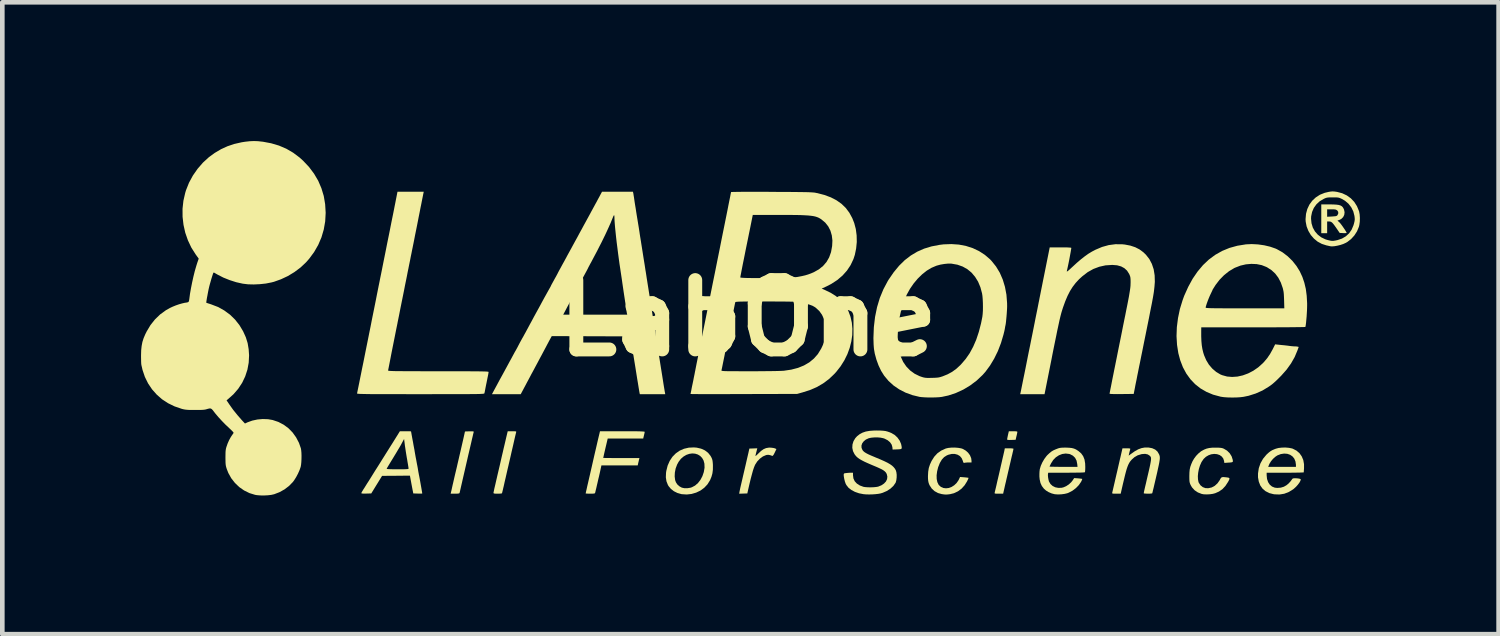
<source format=kicad_pcb>
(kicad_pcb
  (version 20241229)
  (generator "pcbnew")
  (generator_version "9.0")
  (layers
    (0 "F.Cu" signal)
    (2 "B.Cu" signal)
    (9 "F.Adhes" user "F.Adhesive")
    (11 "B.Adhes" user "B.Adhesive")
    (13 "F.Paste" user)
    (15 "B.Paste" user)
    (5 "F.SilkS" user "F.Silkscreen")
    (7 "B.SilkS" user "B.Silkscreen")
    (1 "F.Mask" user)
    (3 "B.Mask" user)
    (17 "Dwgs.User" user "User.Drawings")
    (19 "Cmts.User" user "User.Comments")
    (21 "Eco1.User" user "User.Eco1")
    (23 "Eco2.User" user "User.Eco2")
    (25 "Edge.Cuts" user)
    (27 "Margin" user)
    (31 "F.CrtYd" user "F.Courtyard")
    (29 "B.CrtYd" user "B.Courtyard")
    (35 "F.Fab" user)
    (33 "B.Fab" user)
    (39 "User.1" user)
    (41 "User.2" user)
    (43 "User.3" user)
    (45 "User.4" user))
  (footprint "LabOne"
    (layer "F.Cu")
    (at 13.127 3.828)
    (property "Reference" "LabOne" (at 0 0 0) (layer "F.SilkS") (effects (font (size 1.5 1.5) (thickness 0.3))))
    (attr board_only exclude_from_pos_files exclude_from_bom)
    (fp_poly (pts (xy 5.778 2.448) (xy 5.808 2.451) (xy 5.821 2.457) (xy 5.822 2.46) (xy 5.82 2.476) (xy 5.814 2.507) (xy 5.805 2.546) (xy 5.803 2.553) (xy 5.785 2.632) (xy 5.693 2.635) (xy 5.646 2.636) (xy 5.617 2.634) (xy 5.603 2.629) (xy 5.601 2.624) (xy 5.603 2.608) (xy 5.609 2.577) (xy 5.617 2.538) (xy 5.619 2.529) (xy 5.638 2.447) (xy 5.73 2.447)) (stroke (width 0) (type solid)) (fill yes) (layer "F.SilkS"))
    (fp_poly (pts (xy 5.686 2.817) (xy 5.718 2.82) (xy 5.736 2.824) (xy 5.738 2.826) (xy 5.736 2.84) (xy 5.73 2.869) (xy 5.72 2.911) (xy 5.709 2.961) (xy 5.707 2.966) (xy 5.693 3.025) (xy 5.677 3.096) (xy 5.659 3.173) (xy 5.642 3.246) (xy 5.638 3.265) (xy 5.621 3.335) (xy 5.604 3.41) (xy 5.587 3.482) (xy 5.573 3.545) (xy 5.569 3.56) (xy 5.556 3.615) (xy 5.544 3.669) (xy 5.534 3.714) (xy 5.527 3.742) (xy 5.515 3.797) (xy 5.421 3.797) (xy 5.376 3.797) (xy 5.349 3.796) (xy 5.335 3.792) (xy 5.33 3.786) (xy 5.332 3.775) (xy 5.332 3.774) (xy 5.342 3.73) (xy 5.356 3.673) (xy 5.372 3.604) (xy 5.389 3.527) (xy 5.409 3.443) (xy 5.429 3.357) (xy 5.449 3.27) (xy 5.468 3.185) (xy 5.487 3.104) (xy 5.503 3.032) (xy 5.518 2.969) (xy 5.529 2.92) (xy 5.537 2.886) (xy 5.54 2.872) (xy 5.551 2.816) (xy 5.645 2.816)) (stroke (width 0) (type solid)) (fill yes) (layer "F.SilkS"))
    (fp_poly (pts (xy -5.949 2.45) (xy -5.935 2.454) (xy -5.933 2.46) (xy -5.936 2.473) (xy -5.944 2.504) (xy -5.955 2.552) (xy -5.97 2.615) (xy -5.987 2.69) (xy -6.007 2.776) (xy -6.029 2.87) (xy -6.053 2.971) (xy -6.077 3.077) (xy -6.102 3.185) (xy -6.127 3.294) (xy -6.152 3.402) (xy -6.176 3.506) (xy -6.188 3.56) (xy -6.203 3.624) (xy -6.216 3.682) (xy -6.227 3.73) (xy -6.235 3.765) (xy -6.24 3.783) (xy -6.24 3.784) (xy -6.25 3.791) (xy -6.277 3.796) (xy -6.323 3.797) (xy -6.338 3.797) (xy -6.432 3.797) (xy -6.423 3.758) (xy -6.415 3.727) (xy -6.406 3.685) (xy -6.397 3.644) (xy -6.388 3.603) (xy -6.374 3.544) (xy -6.358 3.473) (xy -6.339 3.391) (xy -6.318 3.304) (xy -6.297 3.215) (xy -6.287 3.17) (xy -6.28 3.14) (xy -6.269 3.093) (xy -6.255 3.033) (xy -6.239 2.963) (xy -6.221 2.887) (xy -6.203 2.808) (xy -6.185 2.73) (xy -6.168 2.656) (xy -6.153 2.59) (xy -6.141 2.536) (xy -6.132 2.497) (xy -6.131 2.489) (xy -6.122 2.452) (xy -6.025 2.449) (xy -5.978 2.449)) (stroke (width 0) (type solid)) (fill yes) (layer "F.SilkS"))
    (fp_poly (pts (xy -5.058 2.448) (xy -5.031 2.449) (xy -5.017 2.453) (xy -5.014 2.459) (xy -5.015 2.466) (xy -5.019 2.482) (xy -5.027 2.514) (xy -5.038 2.56) (xy -5.051 2.616) (xy -5.063 2.669) (xy -5.076 2.727) (xy -5.093 2.801) (xy -5.113 2.886) (xy -5.134 2.979) (xy -5.156 3.075) (xy -5.178 3.169) (xy -5.184 3.196) (xy -5.205 3.285) (xy -5.225 3.373) (xy -5.244 3.456) (xy -5.262 3.532) (xy -5.276 3.596) (xy -5.287 3.645) (xy -5.291 3.66) (xy -5.302 3.708) (xy -5.312 3.749) (xy -5.319 3.777) (xy -5.323 3.789) (xy -5.335 3.793) (xy -5.363 3.796) (xy -5.402 3.797) (xy -5.417 3.797) (xy -5.462 3.797) (xy -5.489 3.794) (xy -5.503 3.789) (xy -5.506 3.782) (xy -5.504 3.767) (xy -5.497 3.735) (xy -5.488 3.69) (xy -5.475 3.635) (xy -5.463 3.584) (xy -5.451 3.531) (xy -5.435 3.462) (xy -5.416 3.379) (xy -5.394 3.286) (xy -5.371 3.188) (xy -5.348 3.087) (xy -5.326 2.99) (xy -5.304 2.897) (xy -5.284 2.809) (xy -5.264 2.726) (xy -5.247 2.653) (xy -5.233 2.592) (xy -5.222 2.546) (xy -5.215 2.517) (xy -5.214 2.513) (xy -5.198 2.447) (xy -5.103 2.447)) (stroke (width 0) (type solid)) (fill yes) (layer "F.SilkS"))
    (fp_poly (pts (xy 0.513 2.804) (xy 0.552 2.81) (xy 0.578 2.817) (xy 0.612 2.832) (xy 0.575 2.91) (xy 0.554 2.951) (xy 0.536 2.975) (xy 0.525 2.981) (xy 0.525 2.981) (xy 0.476 2.964) (xy 0.439 2.957) (xy 0.405 2.959) (xy 0.388 2.963) (xy 0.32 2.992) (xy 0.256 3.039) (xy 0.199 3.098) (xy 0.154 3.167) (xy 0.145 3.186) (xy 0.126 3.233) (xy 0.105 3.296) (xy 0.083 3.376) (xy 0.057 3.473) (xy 0.029 3.589) (xy -0.002 3.724) (xy -0.01 3.76) (xy -0.017 3.792) (xy -0.105 3.795) (xy -0.193 3.798) (xy -0.186 3.753) (xy -0.179 3.72) (xy -0.17 3.676) (xy -0.159 3.629) (xy -0.158 3.623) (xy -0.151 3.594) (xy -0.14 3.547) (xy -0.126 3.487) (xy -0.11 3.417) (xy -0.092 3.34) (xy -0.073 3.259) (xy -0.054 3.177) (xy -0.036 3.098) (xy -0.019 3.024) (xy -0.004 2.96) (xy 0.008 2.908) (xy 0.016 2.871) (xy 0.019 2.859) (xy 0.027 2.822) (xy 0.113 2.819) (xy 0.199 2.816) (xy 0.179 2.892) (xy 0.169 2.931) (xy 0.162 2.963) (xy 0.158 2.981) (xy 0.158 2.982) (xy 0.165 2.98) (xy 0.183 2.966) (xy 0.208 2.942) (xy 0.222 2.928) (xy 0.28 2.873) (xy 0.334 2.835) (xy 0.387 2.812) (xy 0.444 2.802) (xy 0.469 2.801)) (stroke (width 0) (type solid)) (fill yes) (layer "F.SilkS"))
    (fp_poly (pts (xy 12.566 -2.458) (xy 12.652 -2.457) (xy 12.72 -2.453) (xy 12.772 -2.446) (xy 12.811 -2.434) (xy 12.84 -2.417) (xy 12.862 -2.393) (xy 12.879 -2.362) (xy 12.886 -2.346) (xy 12.898 -2.288) (xy 12.891 -2.232) (xy 12.867 -2.183) (xy 12.827 -2.144) (xy 12.791 -2.125) (xy 12.744 -2.108) (xy 12.786 -2.07) (xy 12.804 -2.051) (xy 12.828 -2.02) (xy 12.855 -1.983) (xy 12.883 -1.942) (xy 12.909 -1.903) (xy 12.929 -1.87) (xy 12.941 -1.847) (xy 12.943 -1.84) (xy 12.933 -1.838) (xy 12.908 -1.837) (xy 12.872 -1.837) (xy 12.867 -1.838) (xy 12.792 -1.841) (xy 12.72 -1.946) (xy 12.682 -2) (xy 12.653 -2.038) (xy 12.629 -2.064) (xy 12.608 -2.079) (xy 12.587 -2.087) (xy 12.563 -2.089) (xy 12.562 -2.089) (xy 12.521 -2.089) (xy 12.521 -1.962) (xy 12.521 -1.835) (xy 12.457 -1.835) (xy 12.394 -1.835) (xy 12.394 -2.147) (xy 12.394 -2.352) (xy 12.521 -2.352) (xy 12.521 -2.272) (xy 12.521 -2.191) (xy 12.623 -2.196) (xy 12.671 -2.2) (xy 12.704 -2.203) (xy 12.724 -2.209) (xy 12.737 -2.218) (xy 12.744 -2.225) (xy 12.761 -2.261) (xy 12.76 -2.296) (xy 12.74 -2.327) (xy 12.735 -2.33) (xy 12.718 -2.341) (xy 12.697 -2.348) (xy 12.666 -2.351) (xy 12.62 -2.352) (xy 12.614 -2.352) (xy 12.521 -2.352) (xy 12.394 -2.352) (xy 12.394 -2.458)) (stroke (width 0) (type solid)) (fill yes) (layer "F.SilkS"))
    (fp_poly (pts (xy -1.111 2.802) (xy -1.016 2.824) (xy -0.934 2.861) (xy -0.866 2.913) (xy -0.813 2.979) (xy -0.792 3.017) (xy -0.779 3.047) (xy -0.771 3.077) (xy -0.766 3.112) (xy -0.762 3.158) (xy -0.761 3.191) (xy -0.762 3.281) (xy -0.772 3.359) (xy -0.792 3.431) (xy -0.823 3.506) (xy -0.826 3.511) (xy -0.88 3.597) (xy -0.949 3.67) (xy -1.031 3.73) (xy -1.123 3.774) (xy -1.222 3.803) (xy -1.327 3.815) (xy -1.434 3.808) (xy -1.445 3.806) (xy -1.529 3.782) (xy -1.605 3.744) (xy -1.67 3.693) (xy -1.721 3.632) (xy -1.736 3.605) (xy -1.766 3.528) (xy -1.779 3.442) (xy -1.778 3.425) (xy -1.588 3.425) (xy -1.578 3.503) (xy -1.562 3.549) (xy -1.532 3.596) (xy -1.487 3.637) (xy -1.435 3.666) (xy -1.432 3.667) (xy -1.377 3.679) (xy -1.313 3.679) (xy -1.249 3.669) (xy -1.217 3.659) (xy -1.147 3.622) (xy -1.084 3.567) (xy -1.031 3.499) (xy -0.988 3.418) (xy -0.958 3.33) (xy -0.942 3.236) (xy -0.942 3.228) (xy -0.945 3.148) (xy -0.963 3.08) (xy -0.995 3.024) (xy -1.037 2.981) (xy -1.088 2.95) (xy -1.146 2.932) (xy -1.208 2.927) (xy -1.271 2.936) (xy -1.335 2.958) (xy -1.396 2.994) (xy -1.453 3.043) (xy -1.502 3.107) (xy -1.535 3.167) (xy -1.567 3.253) (xy -1.584 3.341) (xy -1.588 3.425) (xy -1.778 3.425) (xy -1.775 3.347) (xy -1.769 3.305) (xy -1.74 3.19) (xy -1.695 3.088) (xy -1.636 2.999) (xy -1.563 2.925) (xy -1.48 2.867) (xy -1.386 2.826) (xy -1.283 2.802) (xy -1.172 2.797)) (stroke (width 0) (type solid)) (fill yes) (layer "F.SilkS"))
    (fp_poly (pts (xy -2.601 2.447) (xy -2.503 2.448) (xy -2.422 2.448) (xy -2.358 2.449) (xy -2.31 2.451) (xy -2.274 2.453) (xy -2.252 2.455) (xy -2.239 2.458) (xy -2.236 2.46) (xy -2.239 2.479) (xy -2.245 2.507) (xy -2.246 2.51) (xy -2.254 2.545) (xy -2.262 2.576) (xy -2.262 2.576) (xy -2.268 2.605) (xy -2.652 2.605) (xy -3.036 2.605) (xy -3.053 2.677) (xy -3.066 2.732) (xy -3.08 2.791) (xy -3.094 2.851) (xy -3.107 2.907) (xy -3.118 2.955) (xy -3.126 2.993) (xy -3.132 3.017) (xy -3.133 3.023) (xy -3.123 3.024) (xy -3.094 3.025) (xy -3.048 3.026) (xy -2.989 3.026) (xy -2.917 3.027) (xy -2.837 3.027) (xy -2.748 3.027) (xy -2.741 3.027) (xy -2.35 3.027) (xy -2.356 3.051) (xy -2.362 3.075) (xy -2.37 3.11) (xy -2.375 3.13) (xy -2.387 3.186) (xy -2.78 3.186) (xy -3.172 3.186) (xy -3.183 3.236) (xy -3.189 3.264) (xy -3.198 3.306) (xy -3.21 3.36) (xy -3.224 3.421) (xy -3.24 3.487) (xy -3.255 3.554) (xy -3.27 3.618) (xy -3.283 3.676) (xy -3.295 3.724) (xy -3.303 3.759) (xy -3.308 3.778) (xy -3.308 3.779) (xy -3.313 3.788) (xy -3.326 3.793) (xy -3.349 3.796) (xy -3.387 3.797) (xy -3.413 3.797) (xy -3.456 3.797) (xy -3.49 3.795) (xy -3.509 3.793) (xy -3.513 3.792) (xy -3.51 3.78) (xy -3.504 3.75) (xy -3.493 3.704) (xy -3.48 3.643) (xy -3.463 3.571) (xy -3.444 3.488) (xy -3.423 3.397) (xy -3.401 3.301) (xy -3.378 3.201) (xy -3.355 3.099) (xy -3.332 2.998) (xy -3.309 2.899) (xy -3.287 2.805) (xy -3.267 2.718) (xy -3.249 2.64) (xy -3.233 2.573) (xy -3.22 2.519) (xy -3.216 2.503) (xy -3.203 2.447) (xy -2.72 2.447)) (stroke (width 0) (type solid)) (fill yes) (layer "F.SilkS"))
    (fp_poly (pts (xy 4.543 2.806) (xy 4.606 2.817) (xy 4.635 2.826) (xy 4.701 2.862) (xy 4.756 2.91) (xy 4.798 2.967) (xy 4.824 3.031) (xy 4.831 3.087) (xy 4.831 3.122) (xy 4.774 3.122) (xy 4.735 3.123) (xy 4.7 3.126) (xy 4.686 3.129) (xy 4.667 3.131) (xy 4.656 3.125) (xy 4.648 3.106) (xy 4.643 3.087) (xy 4.618 3.029) (xy 4.58 2.984) (xy 4.529 2.954) (xy 4.469 2.938) (xy 4.403 2.938) (xy 4.332 2.955) (xy 4.296 2.97) (xy 4.238 3.007) (xy 4.19 3.059) (xy 4.149 3.128) (xy 4.144 3.138) (xy 4.109 3.226) (xy 4.087 3.315) (xy 4.076 3.4) (xy 4.078 3.479) (xy 4.092 3.547) (xy 4.119 3.603) (xy 4.125 3.611) (xy 4.169 3.651) (xy 4.221 3.674) (xy 4.279 3.681) (xy 4.339 3.674) (xy 4.399 3.652) (xy 4.456 3.616) (xy 4.507 3.568) (xy 4.548 3.509) (xy 4.558 3.49) (xy 4.583 3.436) (xy 4.672 3.443) (xy 4.714 3.447) (xy 4.746 3.451) (xy 4.764 3.454) (xy 4.766 3.455) (xy 4.764 3.465) (xy 4.754 3.49) (xy 4.738 3.523) (xy 4.735 3.53) (xy 4.682 3.615) (xy 4.616 3.688) (xy 4.538 3.746) (xy 4.452 3.787) (xy 4.367 3.808) (xy 4.317 3.814) (xy 4.279 3.816) (xy 4.241 3.814) (xy 4.194 3.807) (xy 4.19 3.807) (xy 4.105 3.783) (xy 4.031 3.742) (xy 3.971 3.687) (xy 3.925 3.617) (xy 3.912 3.588) (xy 3.901 3.554) (xy 3.894 3.518) (xy 3.89 3.475) (xy 3.889 3.418) (xy 3.894 3.324) (xy 3.907 3.242) (xy 3.933 3.164) (xy 3.967 3.09) (xy 4.025 2.998) (xy 4.093 2.924) (xy 4.175 2.866) (xy 4.271 2.822) (xy 4.272 2.821) (xy 4.328 2.808) (xy 4.397 2.801) (xy 4.471 2.8)) (stroke (width 0) (type solid)) (fill yes) (layer "F.SilkS"))
    (fp_poly (pts (xy 10.164 2.802) (xy 10.207 2.805) (xy 10.239 2.809) (xy 10.265 2.816) (xy 10.287 2.825) (xy 10.356 2.866) (xy 10.413 2.922) (xy 10.455 2.989) (xy 10.479 3.063) (xy 10.479 3.067) (xy 10.483 3.09) (xy 10.481 3.105) (xy 10.472 3.114) (xy 10.451 3.12) (xy 10.415 3.124) (xy 10.378 3.126) (xy 10.298 3.132) (xy 10.292 3.09) (xy 10.275 3.037) (xy 10.242 2.994) (xy 10.197 2.962) (xy 10.141 2.943) (xy 10.079 2.937) (xy 10.013 2.946) (xy 9.957 2.966) (xy 9.899 3) (xy 9.851 3.045) (xy 9.809 3.106) (xy 9.799 3.124) (xy 9.77 3.191) (xy 9.747 3.266) (xy 9.732 3.344) (xy 9.725 3.419) (xy 9.728 3.488) (xy 9.739 3.545) (xy 9.745 3.56) (xy 9.782 3.616) (xy 9.83 3.655) (xy 9.889 3.677) (xy 9.95 3.679) (xy 10.024 3.663) (xy 10.091 3.627) (xy 10.15 3.573) (xy 10.2 3.502) (xy 10.206 3.489) (xy 10.22 3.464) (xy 10.234 3.448) (xy 10.253 3.44) (xy 10.281 3.438) (xy 10.322 3.442) (xy 10.356 3.446) (xy 10.388 3.451) (xy 10.405 3.46) (xy 10.409 3.476) (xy 10.4 3.502) (xy 10.378 3.543) (xy 10.378 3.543) (xy 10.321 3.63) (xy 10.257 3.699) (xy 10.182 3.751) (xy 10.101 3.787) (xy 10.048 3.801) (xy 9.984 3.81) (xy 9.917 3.813) (xy 9.855 3.811) (xy 9.81 3.803) (xy 9.725 3.77) (xy 9.655 3.723) (xy 9.598 3.66) (xy 9.568 3.608) (xy 9.557 3.581) (xy 9.549 3.557) (xy 9.544 3.529) (xy 9.542 3.494) (xy 9.541 3.444) (xy 9.541 3.418) (xy 9.543 3.34) (xy 9.549 3.275) (xy 9.562 3.217) (xy 9.583 3.158) (xy 9.611 3.094) (xy 9.644 3.038) (xy 9.687 2.98) (xy 9.737 2.928) (xy 9.786 2.887) (xy 9.804 2.875) (xy 9.861 2.844) (xy 9.914 2.823) (xy 9.969 2.81) (xy 10.032 2.803) (xy 10.105 2.802)) (stroke (width 0) (type solid)) (fill yes) (layer "F.SilkS"))
    (fp_poly (pts (xy 11.696 2.806) (xy 11.761 2.819) (xy 11.78 2.826) (xy 11.858 2.866) (xy 11.922 2.921) (xy 11.971 2.99) (xy 12.005 3.07) (xy 12.021 3.16) (xy 12.021 3.252) (xy 12.018 3.29) (xy 12.016 3.32) (xy 12.015 3.335) (xy 12.015 3.336) (xy 12.004 3.338) (xy 11.975 3.339) (xy 11.93 3.341) (xy 11.87 3.342) (xy 11.798 3.343) (xy 11.717 3.344) (xy 11.628 3.344) (xy 11.614 3.344) (xy 11.213 3.344) (xy 11.213 3.4) (xy 11.221 3.479) (xy 11.244 3.547) (xy 11.28 3.602) (xy 11.329 3.643) (xy 11.388 3.667) (xy 11.442 3.673) (xy 11.519 3.667) (xy 11.585 3.647) (xy 11.641 3.615) (xy 11.686 3.578) (xy 11.73 3.53) (xy 11.766 3.481) (xy 11.77 3.475) (xy 11.784 3.467) (xy 11.811 3.464) (xy 11.847 3.464) (xy 11.885 3.467) (xy 11.918 3.472) (xy 11.942 3.48) (xy 11.951 3.488) (xy 11.943 3.519) (xy 11.921 3.559) (xy 11.888 3.603) (xy 11.848 3.648) (xy 11.803 3.689) (xy 11.786 3.703) (xy 11.693 3.76) (xy 11.595 3.798) (xy 11.492 3.815) (xy 11.383 3.811) (xy 11.357 3.807) (xy 11.265 3.783) (xy 11.187 3.742) (xy 11.123 3.687) (xy 11.075 3.619) (xy 11.043 3.537) (xy 11.026 3.444) (xy 11.026 3.36) (xy 11.043 3.246) (xy 11.053 3.217) (xy 11.246 3.217) (xy 11.546 3.217) (xy 11.846 3.217) (xy 11.846 3.172) (xy 11.836 3.101) (xy 11.811 3.04) (xy 11.771 2.991) (xy 11.72 2.956) (xy 11.659 2.935) (xy 11.591 2.93) (xy 11.518 2.941) (xy 11.444 2.97) (xy 11.398 3.001) (xy 11.35 3.045) (xy 11.307 3.096) (xy 11.275 3.148) (xy 11.268 3.163) (xy 11.246 3.217) (xy 11.053 3.217) (xy 11.08 3.139) (xy 11.135 3.042) (xy 11.207 2.955) (xy 11.224 2.939) (xy 11.264 2.903) (xy 11.298 2.878) (xy 11.333 2.857) (xy 11.377 2.838) (xy 11.41 2.825) (xy 11.47 2.809) (xy 11.543 2.801) (xy 11.62 2.799)) (stroke (width 0) (type solid)) (fill yes) (layer "F.SilkS"))
    (fp_poly (pts (xy 12.675 -2.737) (xy 12.719 -2.731) (xy 12.738 -2.728) (xy 12.847 -2.699) (xy 12.947 -2.652) (xy 13.034 -2.589) (xy 13.108 -2.511) (xy 13.166 -2.419) (xy 13.209 -2.315) (xy 13.212 -2.306) (xy 13.224 -2.241) (xy 13.229 -2.165) (xy 13.227 -2.086) (xy 13.217 -2.013) (xy 13.207 -1.973) (xy 13.167 -1.876) (xy 13.11 -1.787) (xy 13.039 -1.709) (xy 12.958 -1.646) (xy 12.925 -1.627) (xy 12.87 -1.602) (xy 12.807 -1.581) (xy 12.741 -1.565) (xy 12.679 -1.554) (xy 12.624 -1.55) (xy 12.582 -1.554) (xy 12.579 -1.556) (xy 12.563 -1.559) (xy 12.534 -1.566) (xy 12.505 -1.572) (xy 12.406 -1.604) (xy 12.315 -1.653) (xy 12.236 -1.718) (xy 12.168 -1.796) (xy 12.115 -1.885) (xy 12.077 -1.982) (xy 12.057 -2.086) (xy 12.054 -2.141) (xy 12.055 -2.148) (xy 12.173 -2.148) (xy 12.183 -2.049) (xy 12.211 -1.957) (xy 12.257 -1.874) (xy 12.319 -1.803) (xy 12.395 -1.745) (xy 12.483 -1.703) (xy 12.535 -1.687) (xy 12.585 -1.675) (xy 12.624 -1.669) (xy 12.658 -1.67) (xy 12.697 -1.676) (xy 12.744 -1.686) (xy 12.842 -1.719) (xy 12.925 -1.768) (xy 12.995 -1.832) (xy 13.05 -1.911) (xy 13.09 -2.005) (xy 13.102 -2.046) (xy 13.113 -2.093) (xy 13.118 -2.128) (xy 13.117 -2.163) (xy 13.112 -2.204) (xy 13.112 -2.207) (xy 13.087 -2.305) (xy 13.043 -2.394) (xy 12.983 -2.472) (xy 12.908 -2.536) (xy 12.842 -2.575) (xy 12.81 -2.59) (xy 12.784 -2.6) (xy 12.758 -2.606) (xy 12.728 -2.609) (xy 12.686 -2.61) (xy 12.642 -2.61) (xy 12.587 -2.61) (xy 12.547 -2.608) (xy 12.517 -2.604) (xy 12.491 -2.597) (xy 12.463 -2.585) (xy 12.447 -2.577) (xy 12.36 -2.526) (xy 12.289 -2.46) (xy 12.233 -2.382) (xy 12.195 -2.294) (xy 12.175 -2.198) (xy 12.173 -2.148) (xy 12.055 -2.148) (xy 12.064 -2.254) (xy 12.092 -2.358) (xy 12.137 -2.453) (xy 12.199 -2.538) (xy 12.275 -2.609) (xy 12.365 -2.667) (xy 12.467 -2.708) (xy 12.551 -2.728) (xy 12.6 -2.736) (xy 12.638 -2.739)) (stroke (width 0) (type solid)) (fill yes) (layer "F.SilkS"))
    (fp_poly (pts (xy 8.658 2.799) (xy 8.737 2.814) (xy 8.802 2.843) (xy 8.852 2.887) (xy 8.886 2.945) (xy 8.893 2.963) (xy 8.899 2.981) (xy 8.902 3) (xy 8.903 3.022) (xy 8.902 3.05) (xy 8.897 3.085) (xy 8.89 3.129) (xy 8.879 3.184) (xy 8.864 3.252) (xy 8.846 3.336) (xy 8.823 3.436) (xy 8.798 3.543) (xy 8.782 3.611) (xy 8.768 3.672) (xy 8.755 3.723) (xy 8.746 3.762) (xy 8.74 3.784) (xy 8.738 3.789) (xy 8.726 3.793) (xy 8.699 3.796) (xy 8.664 3.797) (xy 8.626 3.797) (xy 8.592 3.795) (xy 8.566 3.793) (xy 8.555 3.788) (xy 8.555 3.788) (xy 8.557 3.776) (xy 8.563 3.745) (xy 8.573 3.7) (xy 8.586 3.643) (xy 8.602 3.577) (xy 8.618 3.506) (xy 8.644 3.394) (xy 8.666 3.3) (xy 8.683 3.224) (xy 8.696 3.162) (xy 8.705 3.113) (xy 8.711 3.075) (xy 8.713 3.046) (xy 8.712 3.025) (xy 8.709 3.009) (xy 8.702 2.996) (xy 8.693 2.985) (xy 8.683 2.975) (xy 8.641 2.948) (xy 8.585 2.936) (xy 8.517 2.941) (xy 8.505 2.943) (xy 8.423 2.968) (xy 8.354 3.008) (xy 8.298 3.058) (xy 8.275 3.084) (xy 8.255 3.109) (xy 8.238 3.138) (xy 8.221 3.171) (xy 8.205 3.21) (xy 8.188 3.259) (xy 8.171 3.318) (xy 8.152 3.391) (xy 8.131 3.478) (xy 8.106 3.582) (xy 8.085 3.673) (xy 8.057 3.797) (xy 7.963 3.797) (xy 7.918 3.797) (xy 7.891 3.796) (xy 7.877 3.792) (xy 7.872 3.786) (xy 7.874 3.775) (xy 7.874 3.774) (xy 7.878 3.757) (xy 7.886 3.723) (xy 7.897 3.675) (xy 7.911 3.615) (xy 7.927 3.546) (xy 7.943 3.476) (xy 7.963 3.389) (xy 7.985 3.296) (xy 8.006 3.203) (xy 8.026 3.116) (xy 8.043 3.041) (xy 8.051 3.009) (xy 8.095 2.816) (xy 8.182 2.816) (xy 8.227 2.817) (xy 8.253 2.82) (xy 8.264 2.825) (xy 8.264 2.83) (xy 8.26 2.846) (xy 8.252 2.877) (xy 8.244 2.909) (xy 8.229 2.975) (xy 8.279 2.938) (xy 8.361 2.88) (xy 8.436 2.838) (xy 8.507 2.812) (xy 8.577 2.799) (xy 8.651 2.799)) (stroke (width 0) (type solid)) (fill yes) (layer "F.SilkS"))
    (fp_poly (pts (xy 6.872 2.801) (xy 6.943 2.804) (xy 6.999 2.81) (xy 7.046 2.822) (xy 7.09 2.841) (xy 7.135 2.87) (xy 7.145 2.877) (xy 7.203 2.927) (xy 7.245 2.986) (xy 7.274 3.058) (xy 7.288 3.143) (xy 7.291 3.22) (xy 7.29 3.265) (xy 7.288 3.302) (xy 7.285 3.327) (xy 7.284 3.333) (xy 7.271 3.336) (xy 7.238 3.339) (xy 7.184 3.341) (xy 7.11 3.342) (xy 7.015 3.343) (xy 6.902 3.344) (xy 6.883 3.344) (xy 6.49 3.344) (xy 6.484 3.373) (xy 6.483 3.405) (xy 6.487 3.448) (xy 6.495 3.493) (xy 6.505 3.532) (xy 6.506 3.534) (xy 6.538 3.588) (xy 6.584 3.63) (xy 6.642 3.659) (xy 6.708 3.672) (xy 6.778 3.67) (xy 6.82 3.66) (xy 6.877 3.635) (xy 6.935 3.597) (xy 6.986 3.55) (xy 7.014 3.515) (xy 7.051 3.46) (xy 7.135 3.466) (xy 7.176 3.47) (xy 7.207 3.474) (xy 7.224 3.477) (xy 7.225 3.478) (xy 7.223 3.489) (xy 7.214 3.512) (xy 7.2 3.541) (xy 7.152 3.611) (xy 7.089 3.676) (xy 7.014 3.733) (xy 6.932 3.776) (xy 6.901 3.788) (xy 6.842 3.802) (xy 6.772 3.811) (xy 6.699 3.814) (xy 6.632 3.809) (xy 6.626 3.808) (xy 6.565 3.792) (xy 6.501 3.765) (xy 6.443 3.73) (xy 6.399 3.692) (xy 6.397 3.69) (xy 6.352 3.631) (xy 6.322 3.566) (xy 6.305 3.49) (xy 6.299 3.427) (xy 6.299 3.374) (xy 6.301 3.321) (xy 6.306 3.277) (xy 6.308 3.266) (xy 6.324 3.212) (xy 6.519 3.212) (xy 6.529 3.213) (xy 6.557 3.214) (xy 6.602 3.215) (xy 6.659 3.216) (xy 6.727 3.217) (xy 6.804 3.217) (xy 6.821 3.217) (xy 7.123 3.217) (xy 7.117 3.156) (xy 7.102 3.082) (xy 7.071 3.022) (xy 7.024 2.976) (xy 6.963 2.944) (xy 6.942 2.938) (xy 6.868 2.929) (xy 6.793 2.939) (xy 6.721 2.967) (xy 6.654 3.011) (xy 6.597 3.069) (xy 6.552 3.14) (xy 6.535 3.174) (xy 6.523 3.199) (xy 6.519 3.211) (xy 6.519 3.212) (xy 6.324 3.212) (xy 6.329 3.195) (xy 6.363 3.119) (xy 6.406 3.046) (xy 6.453 2.983) (xy 6.473 2.961) (xy 6.518 2.919) (xy 6.556 2.888) (xy 6.594 2.864) (xy 6.64 2.843) (xy 6.672 2.83) (xy 6.706 2.817) (xy 6.736 2.809) (xy 6.768 2.804) (xy 6.807 2.802) (xy 6.86 2.801)) (stroke (width 0) (type solid)) (fill yes) (layer "F.SilkS"))
    (fp_poly (pts (xy -7.362 2.447) (xy -7.323 2.448) (xy -7.297 2.449) (xy -7.289 2.45) (xy -7.287 2.46) (xy -7.282 2.488) (xy -7.275 2.528) (xy -7.266 2.578) (xy -7.256 2.632) (xy -7.245 2.689) (xy -7.236 2.742) (xy -7.227 2.79) (xy -7.221 2.822) (xy -7.216 2.846) (xy -7.21 2.885) (xy -7.202 2.931) (xy -7.199 2.948) (xy -7.189 3.005) (xy -7.176 3.071) (xy -7.165 3.132) (xy -7.163 3.143) (xy -7.153 3.193) (xy -7.144 3.241) (xy -7.138 3.28) (xy -7.136 3.291) (xy -7.129 3.332) (xy -7.121 3.374) (xy -7.12 3.382) (xy -7.115 3.404) (xy -7.108 3.441) (xy -7.099 3.488) (xy -7.089 3.543) (xy -7.079 3.6) (xy -7.069 3.656) (xy -7.06 3.708) (xy -7.053 3.75) (xy -7.048 3.78) (xy -7.046 3.792) (xy -7.056 3.795) (xy -7.082 3.796) (xy -7.12 3.796) (xy -7.143 3.795) (xy -7.24 3.792) (xy -7.258 3.702) (xy -7.268 3.649) (xy -7.28 3.586) (xy -7.291 3.525) (xy -7.294 3.51) (xy -7.313 3.407) (xy -7.614 3.41) (xy -7.915 3.412) (xy -8.032 3.602) (xy -8.149 3.792) (xy -8.257 3.795) (xy -8.313 3.796) (xy -8.349 3.793) (xy -8.364 3.788) (xy -8.365 3.787) (xy -8.359 3.773) (xy -8.345 3.747) (xy -8.324 3.713) (xy -8.319 3.704) (xy -8.299 3.674) (xy -8.271 3.629) (xy -8.237 3.574) (xy -8.198 3.514) (xy -8.159 3.451) (xy -8.151 3.439) (xy -8.108 3.369) (xy -8.057 3.287) (xy -8.04 3.261) (xy -7.816 3.261) (xy -7.806 3.263) (xy -7.778 3.266) (xy -7.734 3.268) (xy -7.679 3.269) (xy -7.614 3.27) (xy -7.579 3.27) (xy -7.498 3.27) (xy -7.437 3.269) (xy -7.392 3.267) (xy -7.363 3.265) (xy -7.347 3.261) (xy -7.342 3.257) (xy -7.342 3.257) (xy -7.343 3.243) (xy -7.348 3.211) (xy -7.355 3.166) (xy -7.365 3.109) (xy -7.375 3.046) (xy -7.378 3.033) (xy -7.39 2.96) (xy -7.402 2.886) (xy -7.412 2.818) (xy -7.421 2.759) (xy -7.426 2.718) (xy -7.439 2.614) (xy -7.489 2.707) (xy -7.508 2.743) (xy -7.537 2.793) (xy -7.573 2.853) (xy -7.612 2.919) (xy -7.654 2.988) (xy -7.677 3.026) (xy -7.715 3.088) (xy -7.749 3.144) (xy -7.778 3.192) (xy -7.8 3.229) (xy -7.813 3.253) (xy -7.816 3.261) (xy -8.04 3.261) (xy -8.002 3.201) (xy -7.948 3.115) (xy -7.899 3.036) (xy -7.89 3.022) (xy -7.843 2.947) (xy -7.792 2.866) (xy -7.74 2.783) (xy -7.691 2.706) (xy -7.649 2.638) (xy -7.64 2.624) (xy -7.53 2.447) (xy -7.409 2.447)) (stroke (width 0) (type solid)) (fill yes) (layer "F.SilkS"))
    (fp_poly (pts (xy 2.857 2.432) (xy 2.918 2.436) (xy 2.969 2.442) (xy 3.015 2.454) (xy 3.061 2.47) (xy 3.099 2.486) (xy 3.169 2.527) (xy 3.229 2.583) (xy 3.277 2.65) (xy 3.308 2.722) (xy 3.319 2.774) (xy 3.322 2.801) (xy 3.32 2.818) (xy 3.311 2.829) (xy 3.29 2.835) (xy 3.255 2.838) (xy 3.21 2.84) (xy 3.124 2.843) (xy 3.12 2.792) (xy 3.104 2.736) (xy 3.069 2.685) (xy 3.018 2.642) (xy 2.953 2.608) (xy 2.923 2.598) (xy 2.866 2.586) (xy 2.798 2.58) (xy 2.727 2.581) (xy 2.66 2.587) (xy 2.607 2.599) (xy 2.546 2.627) (xy 2.5 2.665) (xy 2.467 2.709) (xy 2.451 2.757) (xy 2.453 2.806) (xy 2.473 2.853) (xy 2.48 2.863) (xy 2.499 2.884) (xy 2.523 2.903) (xy 2.556 2.923) (xy 2.6 2.946) (xy 2.658 2.972) (xy 2.732 3.003) (xy 2.755 3.013) (xy 2.859 3.056) (xy 2.944 3.094) (xy 3.014 3.128) (xy 3.069 3.16) (xy 3.113 3.191) (xy 3.146 3.222) (xy 3.173 3.255) (xy 3.193 3.289) (xy 3.206 3.332) (xy 3.213 3.388) (xy 3.212 3.448) (xy 3.205 3.506) (xy 3.192 3.554) (xy 3.187 3.564) (xy 3.141 3.63) (xy 3.077 3.689) (xy 3 3.739) (xy 2.91 3.778) (xy 2.863 3.792) (xy 2.815 3.801) (xy 2.752 3.808) (xy 2.681 3.813) (xy 2.609 3.814) (xy 2.542 3.812) (xy 2.497 3.808) (xy 2.399 3.789) (xy 2.31 3.758) (xy 2.234 3.718) (xy 2.171 3.669) (xy 2.126 3.612) (xy 2.11 3.583) (xy 2.092 3.532) (xy 2.078 3.474) (xy 2.069 3.419) (xy 2.067 3.392) (xy 2.069 3.372) (xy 2.075 3.361) (xy 2.093 3.355) (xy 2.123 3.351) (xy 2.166 3.347) (xy 2.208 3.344) (xy 2.223 3.344) (xy 2.268 3.344) (xy 2.268 3.397) (xy 2.277 3.467) (xy 2.305 3.528) (xy 2.352 3.579) (xy 2.416 3.62) (xy 2.495 3.649) (xy 2.534 3.655) (xy 2.588 3.659) (xy 2.649 3.66) (xy 2.71 3.658) (xy 2.765 3.653) (xy 2.808 3.646) (xy 2.812 3.645) (xy 2.883 3.616) (xy 2.939 3.578) (xy 2.981 3.533) (xy 3.005 3.482) (xy 3.011 3.428) (xy 2.998 3.373) (xy 2.997 3.371) (xy 2.981 3.342) (xy 2.957 3.316) (xy 2.923 3.29) (xy 2.876 3.264) (xy 2.814 3.235) (xy 2.771 3.216) (xy 2.668 3.173) (xy 2.583 3.136) (xy 2.513 3.104) (xy 2.457 3.075) (xy 2.412 3.049) (xy 2.375 3.023) (xy 2.346 2.998) (xy 2.322 2.971) (xy 2.301 2.943) (xy 2.268 2.877) (xy 2.253 2.806) (xy 2.257 2.733) (xy 2.279 2.662) (xy 2.318 2.597) (xy 2.356 2.555) (xy 2.412 2.511) (xy 2.473 2.478) (xy 2.543 2.454) (xy 2.626 2.439) (xy 2.723 2.432) (xy 2.779 2.431)) (stroke (width 0) (type solid)) (fill yes) (layer "F.SilkS"))
    (fp_poly (pts (xy 4.558 -1.589) (xy 4.713 -1.559) (xy 4.859 -1.512) (xy 4.994 -1.448) (xy 5.119 -1.367) (xy 5.232 -1.27) (xy 5.265 -1.235) (xy 5.361 -1.115) (xy 5.442 -0.981) (xy 5.506 -0.834) (xy 5.554 -0.676) (xy 5.586 -0.506) (xy 5.6 -0.325) (xy 5.601 -0.259) (xy 5.6 -0.217) (xy 5.597 -0.163) (xy 5.593 -0.102) (xy 5.588 -0.038) (xy 5.582 0.024) (xy 5.577 0.079) (xy 5.571 0.124) (xy 5.566 0.153) (xy 5.565 0.157) (xy 5.56 0.178) (xy 5.555 0.209) (xy 5.554 0.215) (xy 5.549 0.243) (xy 5.54 0.285) (xy 5.528 0.333) (xy 5.522 0.358) (xy 5.468 0.54) (xy 5.401 0.714) (xy 5.321 0.877) (xy 5.231 1.027) (xy 5.132 1.161) (xy 5.071 1.23) (xy 4.943 1.351) (xy 4.802 1.457) (xy 4.652 1.547) (xy 4.493 1.62) (xy 4.33 1.674) (xy 4.191 1.704) (xy 4.133 1.711) (xy 4.06 1.715) (xy 3.98 1.717) (xy 3.898 1.717) (xy 3.82 1.714) (xy 3.752 1.709) (xy 3.708 1.704) (xy 3.551 1.666) (xy 3.404 1.612) (xy 3.268 1.542) (xy 3.145 1.458) (xy 3.036 1.359) (xy 2.943 1.247) (xy 2.94 1.243) (xy 2.876 1.141) (xy 2.82 1.023) (xy 2.774 0.897) (xy 2.739 0.768) (xy 2.722 0.671) (xy 2.718 0.629) (xy 2.714 0.573) (xy 2.712 0.508) (xy 2.71 0.443) (xy 2.71 0.427) (xy 2.711 0.401) (xy 3.234 0.401) (xy 3.237 0.508) (xy 3.244 0.601) (xy 3.258 0.685) (xy 3.279 0.767) (xy 3.302 0.836) (xy 3.353 0.948) (xy 3.421 1.047) (xy 3.504 1.133) (xy 3.6 1.203) (xy 3.708 1.256) (xy 3.766 1.276) (xy 3.799 1.285) (xy 3.833 1.291) (xy 3.872 1.294) (xy 3.922 1.294) (xy 3.977 1.293) (xy 4.039 1.291) (xy 4.087 1.288) (xy 4.126 1.283) (xy 4.161 1.274) (xy 4.199 1.262) (xy 4.203 1.261) (xy 4.314 1.216) (xy 4.411 1.163) (xy 4.501 1.098) (xy 4.589 1.017) (xy 4.607 0.998) (xy 4.705 0.884) (xy 4.792 0.758) (xy 4.867 0.619) (xy 4.933 0.467) (xy 4.989 0.299) (xy 5.037 0.114) (xy 5.065 -0.026) (xy 5.072 -0.085) (xy 5.077 -0.158) (xy 5.078 -0.24) (xy 5.077 -0.325) (xy 5.073 -0.407) (xy 5.067 -0.48) (xy 5.059 -0.533) (xy 5.023 -0.667) (xy 4.973 -0.787) (xy 4.908 -0.892) (xy 4.831 -0.983) (xy 4.741 -1.057) (xy 4.64 -1.114) (xy 4.527 -1.154) (xy 4.404 -1.176) (xy 4.388 -1.178) (xy 4.321 -1.178) (xy 4.242 -1.17) (xy 4.16 -1.156) (xy 4.082 -1.135) (xy 4.072 -1.132) (xy 3.968 -1.088) (xy 3.864 -1.026) (xy 3.763 -0.946) (xy 3.668 -0.853) (xy 3.579 -0.747) (xy 3.5 -0.632) (xy 3.432 -0.509) (xy 3.429 -0.503) (xy 3.364 -0.346) (xy 3.311 -0.176) (xy 3.271 0.003) (xy 3.245 0.186) (xy 3.235 0.369) (xy 3.234 0.401) (xy 2.711 0.401) (xy 2.719 0.197) (xy 2.745 -0.024) (xy 2.788 -0.235) (xy 2.848 -0.435) (xy 2.926 -0.624) (xy 3.02 -0.801) (xy 3.041 -0.835) (xy 3.15 -0.993) (xy 3.265 -1.132) (xy 3.387 -1.252) (xy 3.517 -1.352) (xy 3.656 -1.435) (xy 3.805 -1.501) (xy 3.966 -1.55) (xy 4.138 -1.583) (xy 4.228 -1.594) (xy 4.396 -1.6)) (stroke (width 0) (type solid)) (fill yes) (layer "F.SilkS"))
    (fp_poly (pts (xy -7.019 -2.708) (xy -7.022 -2.694) (xy -7.029 -2.66) (xy -7.039 -2.61) (xy -7.052 -2.545) (xy -7.067 -2.468) (xy -7.085 -2.38) (xy -7.104 -2.282) (xy -7.125 -2.178) (xy -7.136 -2.12) (xy -7.158 -2.008) (xy -7.18 -1.898) (xy -7.202 -1.791) (xy -7.221 -1.692) (xy -7.239 -1.602) (xy -7.255 -1.523) (xy -7.268 -1.46) (xy -7.277 -1.414) (xy -7.279 -1.403) (xy -7.293 -1.337) (xy -7.308 -1.258) (xy -7.325 -1.176) (xy -7.341 -1.096) (xy -7.347 -1.065) (xy -7.355 -1.028) (xy -7.366 -0.972) (xy -7.38 -0.899) (xy -7.398 -0.81) (xy -7.419 -0.708) (xy -7.441 -0.594) (xy -7.466 -0.47) (xy -7.493 -0.337) (xy -7.521 -0.198) (xy -7.549 -0.055) (xy -7.579 0.092) (xy -7.584 0.12) (xy -7.613 0.262) (xy -7.64 0.398) (xy -7.666 0.528) (xy -7.69 0.648) (xy -7.712 0.759) (xy -7.731 0.858) (xy -7.748 0.945) (xy -7.762 1.017) (xy -7.773 1.073) (xy -7.781 1.112) (xy -7.784 1.132) (xy -7.785 1.135) (xy -7.782 1.137) (xy -7.775 1.139) (xy -7.76 1.141) (xy -7.739 1.143) (xy -7.708 1.144) (xy -7.668 1.146) (xy -7.616 1.147) (xy -7.552 1.148) (xy -7.475 1.148) (xy -7.384 1.149) (xy -7.277 1.149) (xy -7.153 1.149) (xy -7.012 1.15) (xy -6.851 1.15) (xy -6.698 1.15) (xy -6.522 1.15) (xy -6.365 1.15) (xy -6.228 1.15) (xy -6.107 1.15) (xy -6.004 1.151) (xy -5.915 1.151) (xy -5.841 1.152) (xy -5.779 1.153) (xy -5.73 1.154) (xy -5.69 1.155) (xy -5.661 1.156) (xy -5.639 1.158) (xy -5.625 1.16) (xy -5.616 1.162) (xy -5.612 1.164) (xy -5.612 1.166) (xy -5.614 1.182) (xy -5.619 1.214) (xy -5.628 1.259) (xy -5.639 1.312) (xy -5.644 1.337) (xy -5.656 1.398) (xy -5.668 1.455) (xy -5.678 1.506) (xy -5.685 1.543) (xy -5.687 1.551) (xy -5.693 1.586) (xy -5.7 1.616) (xy -5.703 1.627) (xy -5.704 1.63) (xy -5.708 1.632) (xy -5.715 1.634) (xy -5.727 1.636) (xy -5.744 1.638) (xy -5.767 1.639) (xy -5.799 1.641) (xy -5.838 1.642) (xy -5.888 1.643) (xy -5.948 1.643) (xy -6.021 1.644) (xy -6.106 1.644) (xy -6.205 1.645) (xy -6.319 1.645) (xy -6.449 1.645) (xy -6.596 1.645) (xy -6.762 1.645) (xy -6.947 1.646) (xy -7.085 1.646) (xy -7.283 1.646) (xy -7.462 1.645) (xy -7.621 1.645) (xy -7.763 1.645) (xy -7.888 1.645) (xy -7.997 1.645) (xy -8.091 1.644) (xy -8.172 1.644) (xy -8.239 1.643) (xy -8.296 1.642) (xy -8.341 1.641) (xy -8.378 1.64) (xy -8.406 1.639) (xy -8.426 1.637) (xy -8.44 1.636) (xy -8.449 1.634) (xy -8.454 1.632) (xy -8.456 1.629) (xy -8.456 1.627) (xy -8.453 1.615) (xy -8.447 1.584) (xy -8.437 1.536) (xy -8.424 1.472) (xy -8.408 1.394) (xy -8.39 1.303) (xy -8.369 1.2) (xy -8.347 1.089) (xy -8.322 0.969) (xy -8.297 0.844) (xy -8.271 0.714) (xy -8.244 0.58) (xy -8.217 0.446) (xy -8.19 0.311) (xy -8.163 0.178) (xy -8.138 0.049) (xy -8.113 -0.075) (xy -8.089 -0.193) (xy -8.067 -0.302) (xy -8.047 -0.402) (xy -8.03 -0.49) (xy -8.015 -0.565) (xy -8.003 -0.626) (xy -7.994 -0.67) (xy -7.989 -0.696) (xy -7.986 -0.71) (xy -7.979 -0.744) (xy -7.969 -0.794) (xy -7.956 -0.861) (xy -7.939 -0.943) (xy -7.92 -1.037) (xy -7.899 -1.143) (xy -7.876 -1.258) (xy -7.851 -1.382) (xy -7.825 -1.512) (xy -7.805 -1.614) (xy -7.777 -1.751) (xy -7.75 -1.884) (xy -7.725 -2.012) (xy -7.701 -2.132) (xy -7.678 -2.244) (xy -7.658 -2.344) (xy -7.641 -2.432) (xy -7.626 -2.506) (xy -7.615 -2.564) (xy -7.607 -2.603) (xy -7.604 -2.619) (xy -7.582 -2.732) (xy -7.298 -2.732) (xy -7.014 -2.732)) (stroke (width 0) (type solid)) (fill yes) (layer "F.SilkS"))
    (fp_poly (pts (xy 8.087 -1.596) (xy 8.146 -1.59) (xy 8.266 -1.567) (xy 8.371 -1.532) (xy 8.463 -1.485) (xy 8.546 -1.424) (xy 8.603 -1.369) (xy 8.676 -1.276) (xy 8.731 -1.171) (xy 8.77 -1.054) (xy 8.791 -0.924) (xy 8.795 -0.784) (xy 8.787 -0.68) (xy 8.784 -0.653) (xy 8.781 -0.627) (xy 8.778 -0.601) (xy 8.775 -0.575) (xy 8.771 -0.547) (xy 8.766 -0.516) (xy 8.76 -0.48) (xy 8.753 -0.439) (xy 8.744 -0.392) (xy 8.734 -0.336) (xy 8.721 -0.271) (xy 8.706 -0.196) (xy 8.689 -0.11) (xy 8.67 -0.011) (xy 8.647 0.102) (xy 8.621 0.231) (xy 8.592 0.375) (xy 8.559 0.537) (xy 8.523 0.717) (xy 8.496 0.849) (xy 8.475 0.955) (xy 8.453 1.06) (xy 8.433 1.161) (xy 8.414 1.254) (xy 8.398 1.338) (xy 8.383 1.409) (xy 8.372 1.464) (xy 8.366 1.498) (xy 8.338 1.64) (xy 8.077 1.643) (xy 7.985 1.644) (xy 7.913 1.643) (xy 7.862 1.642) (xy 7.83 1.639) (xy 7.817 1.636) (xy 7.816 1.635) (xy 7.818 1.623) (xy 7.824 1.592) (xy 7.833 1.544) (xy 7.846 1.481) (xy 7.861 1.404) (xy 7.878 1.316) (xy 7.898 1.218) (xy 7.919 1.112) (xy 7.942 1) (xy 7.943 0.994) (xy 7.969 0.865) (xy 7.996 0.729) (xy 8.024 0.59) (xy 8.052 0.452) (xy 8.079 0.318) (xy 8.104 0.191) (xy 8.127 0.077) (xy 8.147 -0.022) (xy 8.154 -0.054) (xy 8.179 -0.182) (xy 8.201 -0.291) (xy 8.219 -0.384) (xy 8.234 -0.462) (xy 8.245 -0.528) (xy 8.254 -0.583) (xy 8.261 -0.63) (xy 8.266 -0.67) (xy 8.269 -0.706) (xy 8.27 -0.74) (xy 8.271 -0.773) (xy 8.271 -0.786) (xy 8.27 -0.837) (xy 8.267 -0.873) (xy 8.261 -0.902) (xy 8.25 -0.931) (xy 8.238 -0.957) (xy 8.194 -1.026) (xy 8.136 -1.079) (xy 8.066 -1.117) (xy 7.98 -1.141) (xy 7.881 -1.149) (xy 7.869 -1.149) (xy 7.728 -1.14) (xy 7.594 -1.11) (xy 7.466 -1.062) (xy 7.343 -0.993) (xy 7.226 -0.903) (xy 7.156 -0.839) (xy 7.083 -0.76) (xy 7.018 -0.675) (xy 6.96 -0.583) (xy 6.907 -0.479) (xy 6.857 -0.361) (xy 6.808 -0.225) (xy 6.802 -0.206) (xy 6.791 -0.171) (xy 6.78 -0.136) (xy 6.769 -0.097) (xy 6.758 -0.055) (xy 6.746 -0.006) (xy 6.733 0.049) (xy 6.719 0.114) (xy 6.703 0.189) (xy 6.684 0.276) (xy 6.664 0.377) (xy 6.64 0.493) (xy 6.613 0.625) (xy 6.583 0.775) (xy 6.561 0.889) (xy 6.41 1.646) (xy 6.147 1.646) (xy 5.884 1.646) (xy 5.889 1.622) (xy 5.892 1.609) (xy 5.899 1.576) (xy 5.909 1.527) (xy 5.922 1.462) (xy 5.938 1.383) (xy 5.956 1.293) (xy 5.977 1.192) (xy 5.999 1.083) (xy 6.022 0.967) (xy 6.046 0.845) (xy 6.071 0.721) (xy 6.097 0.595) (xy 6.122 0.469) (xy 6.147 0.346) (xy 6.171 0.226) (xy 6.194 0.111) (xy 6.215 0.003) (xy 6.235 -0.095) (xy 6.253 -0.183) (xy 6.268 -0.259) (xy 6.28 -0.32) (xy 6.281 -0.327) (xy 6.291 -0.373) (xy 6.303 -0.437) (xy 6.319 -0.516) (xy 6.337 -0.607) (xy 6.357 -0.706) (xy 6.378 -0.812) (xy 6.4 -0.92) (xy 6.419 -1.015) (xy 6.522 -1.529) (xy 6.752 -1.529) (xy 6.83 -1.529) (xy 6.895 -1.528) (xy 6.944 -1.525) (xy 6.976 -1.523) (xy 6.988 -1.519) (xy 6.988 -1.507) (xy 6.983 -1.477) (xy 6.976 -1.434) (xy 6.966 -1.38) (xy 6.955 -1.32) (xy 6.943 -1.255) (xy 6.93 -1.191) (xy 6.917 -1.129) (xy 6.905 -1.074) (xy 6.895 -1.029) (xy 6.891 -1.014) (xy 6.892 -1.007) (xy 6.9 -1.009) (xy 6.918 -1.021) (xy 6.947 -1.046) (xy 6.988 -1.084) (xy 7.011 -1.105) (xy 7.11 -1.196) (xy 7.199 -1.272) (xy 7.281 -1.336) (xy 7.358 -1.391) (xy 7.434 -1.437) (xy 7.51 -1.477) (xy 7.654 -1.538) (xy 7.798 -1.578) (xy 7.942 -1.597)) (stroke (width 0) (type solid)) (fill yes) (layer "F.SilkS"))
    (fp_poly (pts (xy 11.025 -1.593) (xy 11.159 -1.574) (xy 11.287 -1.544) (xy 11.403 -1.504) (xy 11.434 -1.49) (xy 11.554 -1.423) (xy 11.666 -1.338) (xy 11.769 -1.238) (xy 11.858 -1.126) (xy 11.928 -1.013) (xy 11.985 -0.891) (xy 12.028 -0.764) (xy 12.06 -0.629) (xy 12.079 -0.483) (xy 12.088 -0.322) (xy 12.088 -0.269) (xy 12.087 -0.219) (xy 12.085 -0.16) (xy 12.081 -0.096) (xy 12.077 -0.03) (xy 12.071 0.033) (xy 12.066 0.091) (xy 12.06 0.139) (xy 12.055 0.174) (xy 12.05 0.191) (xy 12.05 0.191) (xy 12.039 0.193) (xy 12.008 0.194) (xy 11.959 0.195) (xy 11.893 0.196) (xy 11.811 0.197) (xy 11.716 0.198) (xy 11.607 0.199) (xy 11.487 0.199) (xy 11.356 0.2) (xy 11.218 0.2) (xy 11.071 0.2) (xy 10.922 0.2) (xy 9.799 0.2) (xy 9.798 0.277) (xy 9.798 0.396) (xy 9.802 0.498) (xy 9.81 0.588) (xy 9.823 0.668) (xy 9.841 0.743) (xy 9.859 0.801) (xy 9.905 0.909) (xy 9.965 1.008) (xy 10.038 1.093) (xy 10.122 1.165) (xy 10.213 1.219) (xy 10.252 1.235) (xy 10.357 1.264) (xy 10.467 1.273) (xy 10.582 1.265) (xy 10.698 1.239) (xy 10.812 1.197) (xy 10.924 1.139) (xy 11.031 1.065) (xy 11.129 0.977) (xy 11.154 0.951) (xy 11.225 0.867) (xy 11.287 0.776) (xy 11.342 0.677) (xy 11.397 0.568) (xy 11.46 0.575) (xy 11.508 0.58) (xy 11.558 0.585) (xy 11.582 0.587) (xy 11.627 0.592) (xy 11.678 0.598) (xy 11.703 0.602) (xy 11.747 0.607) (xy 11.792 0.611) (xy 11.814 0.612) (xy 11.849 0.613) (xy 11.878 0.617) (xy 11.884 0.618) (xy 11.906 0.624) (xy 11.881 0.694) (xy 11.819 0.842) (xy 11.74 0.981) (xy 11.643 1.116) (xy 11.528 1.246) (xy 11.498 1.276) (xy 11.445 1.329) (xy 11.403 1.369) (xy 11.367 1.401) (xy 11.334 1.429) (xy 11.3 1.455) (xy 11.261 1.482) (xy 11.125 1.565) (xy 10.977 1.631) (xy 10.823 1.68) (xy 10.712 1.703) (xy 10.637 1.712) (xy 10.55 1.717) (xy 10.459 1.718) (xy 10.368 1.716) (xy 10.286 1.71) (xy 10.217 1.7) (xy 10.211 1.698) (xy 10.055 1.656) (xy 9.912 1.596) (xy 9.782 1.521) (xy 9.666 1.429) (xy 9.564 1.322) (xy 9.476 1.2) (xy 9.402 1.063) (xy 9.344 0.912) (xy 9.303 0.759) (xy 9.275 0.579) (xy 9.264 0.39) (xy 9.271 0.196) (xy 9.296 -0.000015) (xy 9.337 -0.196) (xy 9.347 -0.229) (xy 9.894 -0.229) (xy 9.895 -0.226) (xy 9.899 -0.223) (xy 9.908 -0.22) (xy 9.921 -0.218) (xy 9.942 -0.217) (xy 9.972 -0.215) (xy 10.011 -0.214) (xy 10.061 -0.213) (xy 10.123 -0.212) (xy 10.199 -0.212) (xy 10.291 -0.211) (xy 10.398 -0.211) (xy 10.524 -0.211) (xy 10.668 -0.211) (xy 10.745 -0.211) (xy 11.595 -0.211) (xy 11.59 -0.388) (xy 11.587 -0.462) (xy 11.584 -0.52) (xy 11.579 -0.567) (xy 11.571 -0.607) (xy 11.562 -0.646) (xy 11.561 -0.649) (xy 11.519 -0.769) (xy 11.465 -0.873) (xy 11.398 -0.962) (xy 11.318 -1.036) (xy 11.223 -1.097) (xy 11.205 -1.106) (xy 11.106 -1.145) (xy 10.997 -1.167) (xy 10.882 -1.172) (xy 10.765 -1.162) (xy 10.648 -1.135) (xy 10.534 -1.091) (xy 10.512 -1.081) (xy 10.4 -1.014) (xy 10.293 -0.929) (xy 10.195 -0.829) (xy 10.109 -0.717) (xy 10.099 -0.701) (xy 10.075 -0.663) (xy 10.056 -0.633) (xy 10.044 -0.613) (xy 10.042 -0.608) (xy 10.038 -0.596) (xy 10.026 -0.571) (xy 10.009 -0.535) (xy 10 -0.517) (xy 9.979 -0.471) (xy 9.957 -0.418) (xy 9.936 -0.364) (xy 9.918 -0.314) (xy 9.904 -0.27) (xy 9.895 -0.239) (xy 9.894 -0.229) (xy 9.347 -0.229) (xy 9.396 -0.389) (xy 9.43 -0.482) (xy 9.517 -0.675) (xy 9.613 -0.851) (xy 9.72 -1.007) (xy 9.837 -1.146) (xy 9.964 -1.266) (xy 10.102 -1.368) (xy 10.251 -1.452) (xy 10.409 -1.517) (xy 10.579 -1.564) (xy 10.759 -1.593) (xy 10.762 -1.594) (xy 10.891 -1.6)) (stroke (width 0) (type solid)) (fill yes) (layer "F.SilkS"))
    (fp_poly (pts (xy -10.599 -3.825) (xy -10.5 -3.814) (xy -10.495 -3.814) (xy -10.314 -3.78) (xy -10.145 -3.73) (xy -9.986 -3.662) (xy -9.838 -3.576) (xy -9.698 -3.471) (xy -9.622 -3.402) (xy -9.494 -3.266) (xy -9.386 -3.122) (xy -9.296 -2.969) (xy -9.227 -2.808) (xy -9.176 -2.64) (xy -9.146 -2.463) (xy -9.135 -2.28) (xy -9.135 -2.273) (xy -9.145 -2.091) (xy -9.176 -1.915) (xy -9.226 -1.745) (xy -9.296 -1.582) (xy -9.385 -1.427) (xy -9.492 -1.282) (xy -9.561 -1.204) (xy -9.678 -1.094) (xy -9.81 -0.995) (xy -9.952 -0.909) (xy -10.101 -0.839) (xy -10.252 -0.785) (xy -10.306 -0.771) (xy -10.428 -0.747) (xy -10.558 -0.733) (xy -10.689 -0.727) (xy -10.814 -0.73) (xy -10.928 -0.744) (xy -10.933 -0.745) (xy -11.071 -0.776) (xy -11.211 -0.821) (xy -11.348 -0.876) (xy -11.473 -0.94) (xy -11.515 -0.964) (xy -11.541 -0.98) (xy -11.556 -0.984) (xy -11.563 -0.979) (xy -11.566 -0.973) (xy -11.576 -0.944) (xy -11.59 -0.9) (xy -11.607 -0.846) (xy -11.623 -0.789) (xy -11.639 -0.733) (xy -11.652 -0.684) (xy -11.654 -0.675) (xy -11.663 -0.637) (xy -11.673 -0.589) (xy -11.683 -0.537) (xy -11.693 -0.482) (xy -11.703 -0.431) (xy -11.71 -0.387) (xy -11.715 -0.353) (xy -11.717 -0.334) (xy -11.716 -0.332) (xy -11.706 -0.328) (xy -11.68 -0.319) (xy -11.642 -0.307) (xy -11.609 -0.296) (xy -11.463 -0.24) (xy -11.328 -0.165) (xy -11.204 -0.074) (xy -11.094 0.033) (xy -10.998 0.155) (xy -10.918 0.289) (xy -10.918 0.29) (xy -10.861 0.416) (xy -10.822 0.542) (xy -10.8 0.673) (xy -10.791 0.806) (xy -10.799 0.964) (xy -10.827 1.116) (xy -10.875 1.262) (xy -10.941 1.4) (xy -11.026 1.529) (xy -11.129 1.648) (xy -11.25 1.756) (xy -11.253 1.759) (xy -11.278 1.778) (xy -11.214 1.873) (xy -11.135 1.984) (xy -11.042 2.099) (xy -10.947 2.208) (xy -10.88 2.28) (xy -10.822 2.253) (xy -10.722 2.217) (xy -10.61 2.193) (xy -10.495 2.183) (xy -10.381 2.187) (xy -10.282 2.204) (xy -10.157 2.246) (xy -10.043 2.306) (xy -9.94 2.382) (xy -9.85 2.474) (xy -9.774 2.58) (xy -9.712 2.699) (xy -9.671 2.816) (xy -9.664 2.857) (xy -9.659 2.913) (xy -9.657 2.979) (xy -9.658 3.048) (xy -9.661 3.114) (xy -9.667 3.173) (xy -9.675 3.217) (xy -9.699 3.286) (xy -9.733 3.363) (xy -9.773 3.439) (xy -9.816 3.507) (xy -9.841 3.541) (xy -9.925 3.628) (xy -10.024 3.704) (xy -10.134 3.765) (xy -10.248 3.809) (xy -10.31 3.823) (xy -10.386 3.832) (xy -10.468 3.836) (xy -10.548 3.835) (xy -10.621 3.829) (xy -10.658 3.823) (xy -10.782 3.785) (xy -10.898 3.728) (xy -11.003 3.655) (xy -11.096 3.566) (xy -11.176 3.464) (xy -11.239 3.351) (xy -11.273 3.265) (xy -11.284 3.23) (xy -11.292 3.199) (xy -11.297 3.167) (xy -11.3 3.129) (xy -11.301 3.08) (xy -11.302 3.017) (xy -11.301 2.947) (xy -11.3 2.894) (xy -11.296 2.853) (xy -11.29 2.819) (xy -11.282 2.79) (xy -11.255 2.712) (xy -11.221 2.636) (xy -11.185 2.571) (xy -11.167 2.544) (xy -11.147 2.515) (xy -11.131 2.492) (xy -11.126 2.483) (xy -11.13 2.472) (xy -11.148 2.45) (xy -11.178 2.42) (xy -11.216 2.384) (xy -11.296 2.309) (xy -11.378 2.225) (xy -11.456 2.14) (xy -11.525 2.058) (xy -11.548 2.028) (xy -11.578 1.989) (xy -11.602 1.965) (xy -11.624 1.955) (xy -11.651 1.955) (xy -11.688 1.964) (xy -11.707 1.97) (xy -11.734 1.977) (xy -11.766 1.982) (xy -11.806 1.985) (xy -11.858 1.987) (xy -11.926 1.987) (xy -11.962 1.987) (xy -12.035 1.987) (xy -12.091 1.986) (xy -12.135 1.983) (xy -12.172 1.979) (xy -12.205 1.973) (xy -12.24 1.965) (xy -12.246 1.963) (xy -12.401 1.91) (xy -12.543 1.841) (xy -12.673 1.756) (xy -12.788 1.655) (xy -12.889 1.541) (xy -12.975 1.413) (xy -13.044 1.273) (xy -13.095 1.122) (xy -13.12 1.013) (xy -13.123 0.99) (xy -13.125 0.95) (xy -13.126 0.898) (xy -13.127 0.839) (xy -13.127 0.802) (xy -13.124 0.694) (xy -13.114 0.602) (xy -13.098 0.518) (xy -13.072 0.436) (xy -13.036 0.351) (xy -13.004 0.287) (xy -12.922 0.15) (xy -12.825 0.028) (xy -12.714 -0.079) (xy -12.589 -0.17) (xy -12.504 -0.218) (xy -12.444 -0.246) (xy -12.375 -0.274) (xy -12.303 -0.299) (xy -12.235 -0.318) (xy -12.178 -0.331) (xy -12.169 -0.332) (xy -12.129 -0.338) (xy -12.105 -0.347) (xy -12.093 -0.362) (xy -12.087 -0.389) (xy -12.083 -0.415) (xy -12.069 -0.522) (xy -12.048 -0.642) (xy -12.023 -0.768) (xy -11.995 -0.895) (xy -11.965 -1.016) (xy -11.933 -1.126) (xy -11.91 -1.199) (xy -11.88 -1.285) (xy -11.947 -1.378) (xy -12.04 -1.525) (xy -12.114 -1.682) (xy -12.171 -1.846) (xy -12.209 -2.016) (xy -12.229 -2.189) (xy -12.23 -2.364) (xy -12.211 -2.537) (xy -12.172 -2.707) (xy -12.155 -2.764) (xy -12.09 -2.927) (xy -12.006 -3.082) (xy -11.905 -3.227) (xy -11.789 -3.361) (xy -11.659 -3.48) (xy -11.534 -3.571) (xy -11.397 -3.652) (xy -11.257 -3.716) (xy -11.111 -3.765) (xy -10.953 -3.801) (xy -10.877 -3.813) (xy -10.778 -3.824) (xy -10.688 -3.828)) (stroke (width 0) (type solid)) (fill yes) (layer "F.SilkS"))
    (fp_poly (pts (xy -2.485 -2.708) (xy -2.48 -2.685) (xy -2.475 -2.65) (xy -2.469 -2.616) (xy -2.462 -2.567) (xy -2.453 -2.505) (xy -2.442 -2.436) (xy -2.43 -2.364) (xy -2.419 -2.291) (xy -2.408 -2.222) (xy -2.398 -2.162) (xy -2.39 -2.114) (xy -2.385 -2.082) (xy -2.384 -2.078) (xy -2.379 -2.045) (xy -2.371 -1.998) (xy -2.362 -1.942) (xy -2.353 -1.883) (xy -2.352 -1.878) (xy -2.342 -1.809) (xy -2.33 -1.734) (xy -2.318 -1.661) (xy -2.31 -1.609) (xy -2.296 -1.521) (xy -2.281 -1.426) (xy -2.266 -1.33) (xy -2.251 -1.236) (xy -2.237 -1.151) (xy -2.226 -1.078) (xy -2.221 -1.044) (xy -2.212 -0.992) (xy -2.202 -0.927) (xy -2.192 -0.86) (xy -2.184 -0.812) (xy -2.177 -0.766) (xy -2.167 -0.704) (xy -2.155 -0.629) (xy -2.142 -0.546) (xy -2.128 -0.459) (xy -2.115 -0.374) (xy -2.092 -0.233) (xy -2.073 -0.109) (xy -2.056 -0.000197) (xy -2.041 0.096) (xy -2.027 0.182) (xy -2.014 0.26) (xy -2.009 0.295) (xy -1.991 0.407) (xy -1.976 0.503) (xy -1.962 0.588) (xy -1.95 0.665) (xy -1.938 0.74) (xy -1.926 0.817) (xy -1.925 0.823) (xy -1.9 0.981) (xy -1.878 1.119) (xy -1.859 1.238) (xy -1.843 1.339) (xy -1.83 1.423) (xy -1.819 1.491) (xy -1.81 1.543) (xy -1.804 1.582) (xy -1.799 1.607) (xy -1.797 1.617) (xy -1.792 1.646) (xy -2.066 1.646) (xy -2.341 1.646) (xy -2.347 1.622) (xy -2.35 1.605) (xy -2.356 1.571) (xy -2.364 1.522) (xy -2.374 1.461) (xy -2.385 1.392) (xy -2.395 1.334) (xy -2.417 1.196) (xy -2.436 1.076) (xy -2.453 0.971) (xy -2.468 0.88) (xy -2.481 0.799) (xy -2.493 0.727) (xy -2.504 0.659) (xy -2.514 0.595) (xy -2.519 0.564) (xy -2.547 0.396) (xy -3.397 0.393) (xy -4.246 0.39) (xy -4.268 0.43) (xy -4.282 0.456) (xy -4.303 0.494) (xy -4.327 0.54) (xy -4.346 0.575) (xy -4.371 0.623) (xy -4.403 0.683) (xy -4.438 0.749) (xy -4.472 0.813) (xy -4.483 0.833) (xy -4.514 0.891) (xy -4.551 0.961) (xy -4.593 1.039) (xy -4.635 1.118) (xy -4.675 1.192) (xy -4.681 1.202) (xy -4.718 1.273) (xy -4.756 1.344) (xy -4.793 1.413) (xy -4.825 1.474) (xy -4.851 1.522) (xy -4.856 1.532) (xy -4.917 1.646) (xy -5.228 1.646) (xy -5.539 1.646) (xy -5.495 1.564) (xy -5.436 1.455) (xy -5.372 1.335) (xy -5.304 1.212) (xy -5.239 1.092) (xy -5.216 1.05) (xy -5.183 0.989) (xy -5.15 0.928) (xy -5.119 0.872) (xy -5.094 0.825) (xy -5.084 0.807) (xy -5.063 0.768) (xy -5.046 0.736) (xy -5.034 0.716) (xy -5.032 0.712) (xy -5.024 0.699) (xy -5.009 0.671) (xy -4.988 0.633) (xy -4.964 0.586) (xy -4.958 0.575) (xy -4.933 0.527) (xy -4.911 0.487) (xy -4.894 0.456) (xy -4.885 0.439) (xy -4.884 0.438) (xy -4.877 0.426) (xy -4.861 0.398) (xy -4.839 0.357) (xy -4.811 0.307) (xy -4.78 0.249) (xy -4.768 0.227) (xy -4.721 0.139) (xy -4.682 0.068) (xy -4.651 0.01) (xy -4.626 -0.037) (xy -4.605 -0.074) (xy -3.998 -0.074) (xy -3.306 -0.074) (xy -2.614 -0.074) (xy -2.62 -0.099) (xy -2.624 -0.119) (xy -2.63 -0.155) (xy -2.637 -0.2) (xy -2.642 -0.233) (xy -2.649 -0.283) (xy -2.655 -0.33) (xy -2.661 -0.365) (xy -2.663 -0.38) (xy -2.691 -0.564) (xy -2.716 -0.735) (xy -2.721 -0.77) (xy -2.731 -0.841) (xy -2.743 -0.921) (xy -2.755 -1) (xy -2.763 -1.055) (xy -2.78 -1.165) (xy -2.796 -1.281) (xy -2.812 -1.401) (xy -2.827 -1.52) (xy -2.842 -1.638) (xy -2.855 -1.751) (xy -2.866 -1.857) (xy -2.876 -1.953) (xy -2.883 -2.036) (xy -2.888 -2.104) (xy -2.89 -2.154) (xy -2.89 -2.16) (xy -2.891 -2.194) (xy -2.894 -2.218) (xy -2.898 -2.226) (xy -2.906 -2.217) (xy -2.918 -2.193) (xy -2.931 -2.16) (xy -2.942 -2.133) (xy -2.952 -2.109) (xy -2.963 -2.082) (xy -2.976 -2.05) (xy -2.994 -2.011) (xy -3.017 -1.959) (xy -3.047 -1.893) (xy -3.059 -1.867) (xy -3.089 -1.803) (xy -3.127 -1.725) (xy -3.17 -1.637) (xy -3.218 -1.544) (xy -3.266 -1.449) (xy -3.315 -1.357) (xy -3.36 -1.272) (xy -3.389 -1.217) (xy -3.415 -1.17) (xy -3.436 -1.13) (xy -3.452 -1.101) (xy -3.459 -1.085) (xy -3.46 -1.084) (xy -3.465 -1.073) (xy -3.478 -1.048) (xy -3.498 -1.01) (xy -3.523 -0.964) (xy -3.537 -0.938) (xy -3.573 -0.872) (xy -3.612 -0.799) (xy -3.652 -0.725) (xy -3.686 -0.661) (xy -3.686 -0.659) (xy -3.719 -0.598) (xy -3.754 -0.531) (xy -3.789 -0.466) (xy -3.818 -0.413) (xy -3.818 -0.411) (xy -3.85 -0.353) (xy -3.886 -0.285) (xy -3.921 -0.22) (xy -3.938 -0.187) (xy -3.998 -0.074) (xy -4.605 -0.074) (xy -4.605 -0.075) (xy -4.587 -0.108) (xy -4.571 -0.137) (xy -4.555 -0.166) (xy -4.538 -0.197) (xy -4.53 -0.211) (xy -4.501 -0.264) (xy -4.47 -0.322) (xy -4.441 -0.376) (xy -4.43 -0.396) (xy -4.405 -0.442) (xy -4.374 -0.497) (xy -4.342 -0.555) (xy -4.323 -0.589) (xy -4.299 -0.632) (xy -4.279 -0.667) (xy -4.266 -0.692) (xy -4.261 -0.703) (xy -4.257 -0.713) (xy -4.243 -0.738) (xy -4.223 -0.775) (xy -4.198 -0.82) (xy -4.188 -0.839) (xy -4.161 -0.887) (xy -4.139 -0.927) (xy -4.123 -0.957) (xy -4.115 -0.973) (xy -4.114 -0.975) (xy -4.109 -0.985) (xy -4.096 -1.01) (xy -4.076 -1.047) (xy -4.051 -1.092) (xy -4.042 -1.109) (xy -4.011 -1.166) (xy -3.978 -1.225) (xy -3.949 -1.279) (xy -3.925 -1.322) (xy -3.925 -1.324) (xy -3.9 -1.37) (xy -3.869 -1.426) (xy -3.838 -1.483) (xy -3.818 -1.519) (xy -3.797 -1.558) (xy -3.767 -1.613) (xy -3.731 -1.679) (xy -3.69 -1.753) (xy -3.647 -1.834) (xy -3.601 -1.917) (xy -3.557 -1.999) (xy -3.514 -2.077) (xy -3.475 -2.149) (xy -3.441 -2.211) (xy -3.414 -2.26) (xy -3.399 -2.289) (xy -3.377 -2.329) (xy -3.35 -2.379) (xy -3.321 -2.432) (xy -3.307 -2.458) (xy -3.277 -2.512) (xy -3.246 -2.571) (xy -3.216 -2.625) (xy -3.206 -2.645) (xy -3.159 -2.732) (xy -2.824 -2.732) (xy -2.49 -2.732)) (stroke (width 0) (type solid)) (fill yes) (layer "F.SilkS"))
    (fp_poly (pts (xy 0.297 -2.73) (xy 0.428 -2.73) (xy 0.509 -2.729) (xy 0.666 -2.728) (xy 0.803 -2.728) (xy 0.922 -2.727) (xy 1.025 -2.726) (xy 1.113 -2.725) (xy 1.187 -2.724) (xy 1.249 -2.723) (xy 1.3 -2.722) (xy 1.342 -2.72) (xy 1.377 -2.718) (xy 1.405 -2.716) (xy 1.43 -2.714) (xy 1.45 -2.711) (xy 1.47 -2.707) (xy 1.489 -2.703) (xy 1.493 -2.703) (xy 1.65 -2.662) (xy 1.79 -2.61) (xy 1.913 -2.546) (xy 2.02 -2.47) (xy 2.112 -2.381) (xy 2.189 -2.278) (xy 2.253 -2.16) (xy 2.295 -2.054) (xy 2.329 -1.925) (xy 2.347 -1.787) (xy 2.35 -1.645) (xy 2.336 -1.504) (xy 2.308 -1.368) (xy 2.278 -1.276) (xy 2.216 -1.145) (xy 2.137 -1.026) (xy 2.041 -0.919) (xy 1.927 -0.822) (xy 1.796 -0.737) (xy 1.699 -0.687) (xy 1.591 -0.637) (xy 1.663 -0.606) (xy 1.787 -0.546) (xy 1.895 -0.478) (xy 1.989 -0.399) (xy 2.03 -0.357) (xy 2.108 -0.258) (xy 2.17 -0.147) (xy 2.214 -0.028) (xy 2.243 0.099) (xy 2.255 0.231) (xy 2.252 0.367) (xy 2.232 0.505) (xy 2.197 0.643) (xy 2.147 0.78) (xy 2.081 0.914) (xy 2 1.043) (xy 1.905 1.164) (xy 1.865 1.208) (xy 1.748 1.319) (xy 1.622 1.413) (xy 1.486 1.492) (xy 1.336 1.557) (xy 1.181 1.606) (xy 1.06 1.64) (xy -0.092 1.643) (xy -0.246 1.643) (xy -0.394 1.644) (xy -0.535 1.644) (xy -0.667 1.644) (xy -0.788 1.644) (xy -0.899 1.644) (xy -0.996 1.644) (xy -1.08 1.644) (xy -1.147 1.643) (xy -1.198 1.643) (xy -1.231 1.642) (xy -1.244 1.642) (xy -1.245 1.642) (xy -1.243 1.63) (xy -1.237 1.602) (xy -1.228 1.559) (xy -1.218 1.504) (xy -1.205 1.442) (xy -1.202 1.428) (xy -1.187 1.356) (xy -1.173 1.283) (xy -1.159 1.216) (xy -1.148 1.158) (xy -1.143 1.135) (xy -0.576 1.135) (xy -0.573 1.138) (xy -0.566 1.141) (xy -0.552 1.143) (xy -0.531 1.145) (xy -0.5 1.147) (xy -0.459 1.148) (xy -0.405 1.149) (xy -0.337 1.149) (xy -0.253 1.149) (xy -0.152 1.15) (xy -0.033 1.15) (xy 0.041 1.15) (xy 0.16 1.15) (xy 0.274 1.149) (xy 0.383 1.148) (xy 0.483 1.147) (xy 0.572 1.146) (xy 0.649 1.144) (xy 0.71 1.142) (xy 0.754 1.14) (xy 0.772 1.139) (xy 0.933 1.115) (xy 1.079 1.077) (xy 1.209 1.024) (xy 1.324 0.957) (xy 1.423 0.875) (xy 1.507 0.78) (xy 1.575 0.669) (xy 1.582 0.657) (xy 1.616 0.584) (xy 1.641 0.52) (xy 1.657 0.458) (xy 1.667 0.393) (xy 1.671 0.317) (xy 1.671 0.258) (xy 1.671 0.196) (xy 1.669 0.149) (xy 1.666 0.113) (xy 1.661 0.084) (xy 1.653 0.056) (xy 1.642 0.024) (xy 1.641 0.021) (xy 1.597 -0.072) (xy 1.541 -0.151) (xy 1.47 -0.217) (xy 1.437 -0.241) (xy 1.393 -0.266) (xy 1.331 -0.289) (xy 1.255 -0.311) (xy 1.171 -0.33) (xy 1.129 -0.338) (xy 1.102 -0.342) (xy 1.075 -0.346) (xy 1.046 -0.349) (xy 1.014 -0.352) (xy 0.975 -0.354) (xy 0.929 -0.355) (xy 0.874 -0.356) (xy 0.807 -0.357) (xy 0.727 -0.358) (xy 0.631 -0.358) (xy 0.519 -0.359) (xy 0.388 -0.359) (xy 0.367 -0.359) (xy 0.235 -0.359) (xy 0.122 -0.358) (xy 0.027 -0.358) (xy -0.051 -0.358) (xy -0.115 -0.357) (xy -0.165 -0.356) (xy -0.204 -0.355) (xy -0.233 -0.353) (xy -0.253 -0.351) (xy -0.266 -0.349) (xy -0.274 -0.346) (xy -0.277 -0.343) (xy -0.278 -0.34) (xy -0.281 -0.327) (xy -0.288 -0.295) (xy -0.298 -0.245) (xy -0.311 -0.18) (xy -0.327 -0.102) (xy -0.346 -0.011) (xy -0.366 0.09) (xy -0.388 0.2) (xy -0.412 0.317) (xy -0.427 0.396) (xy -0.451 0.516) (xy -0.474 0.63) (xy -0.496 0.737) (xy -0.515 0.835) (xy -0.533 0.922) (xy -0.548 0.996) (xy -0.56 1.056) (xy -0.569 1.099) (xy -0.575 1.125) (xy -0.576 1.131) (xy -0.576 1.135) (xy -1.143 1.135) (xy -1.14 1.118) (xy -1.135 1.092) (xy -1.126 1.047) (xy -1.114 0.985) (xy -1.098 0.907) (xy -1.08 0.816) (xy -1.059 0.714) (xy -1.037 0.602) (xy -1.013 0.482) (xy -0.987 0.356) (xy -0.961 0.225) (xy -0.956 0.2) (xy -0.89 -0.127) (xy -0.828 -0.435) (xy -0.77 -0.725) (xy -0.739 -0.878) (xy -0.169 -0.878) (xy -0.159 -0.875) (xy -0.13 -0.872) (xy -0.084 -0.869) (xy -0.024 -0.867) (xy 0.048 -0.866) (xy 0.13 -0.865) (xy 0.22 -0.865) (xy 0.315 -0.866) (xy 0.414 -0.866) (xy 0.513 -0.867) (xy 0.611 -0.869) (xy 0.706 -0.871) (xy 0.795 -0.874) (xy 0.876 -0.876) (xy 0.947 -0.879) (xy 1.005 -0.883) (xy 1.049 -0.887) (xy 1.071 -0.89) (xy 1.16 -0.907) (xy 1.234 -0.924) (xy 1.297 -0.943) (xy 1.357 -0.965) (xy 1.418 -0.991) (xy 1.424 -0.994) (xy 1.531 -1.054) (xy 1.621 -1.127) (xy 1.695 -1.213) (xy 1.752 -1.312) (xy 1.792 -1.423) (xy 1.794 -1.432) (xy 1.817 -1.558) (xy 1.823 -1.676) (xy 1.81 -1.787) (xy 1.78 -1.89) (xy 1.733 -1.982) (xy 1.669 -2.063) (xy 1.588 -2.131) (xy 1.576 -2.14) (xy 1.548 -2.157) (xy 1.518 -2.173) (xy 1.485 -2.186) (xy 1.448 -2.197) (xy 1.405 -2.206) (xy 1.353 -2.213) (xy 1.292 -2.219) (xy 1.22 -2.223) (xy 1.135 -2.227) (xy 1.035 -2.229) (xy 0.918 -2.23) (xy 0.784 -2.231) (xy 0.665 -2.231) (xy 0.101 -2.231) (xy 0.046 -1.957) (xy 0.029 -1.874) (xy 0.012 -1.791) (xy -0.004 -1.711) (xy -0.019 -1.639) (xy -0.031 -1.58) (xy -0.037 -1.551) (xy -0.057 -1.453) (xy -0.076 -1.356) (xy -0.095 -1.262) (xy -0.113 -1.174) (xy -0.129 -1.092) (xy -0.143 -1.021) (xy -0.154 -0.961) (xy -0.163 -0.916) (xy -0.168 -0.887) (xy -0.169 -0.878) (xy -0.739 -0.878) (xy -0.715 -0.995) (xy -0.665 -1.246) (xy -0.618 -1.478) (xy -0.576 -1.691) (xy -0.537 -1.884) (xy -0.502 -2.057) (xy -0.471 -2.211) (xy -0.444 -2.345) (xy -0.422 -2.459) (xy -0.403 -2.553) (xy -0.388 -2.626) (xy -0.378 -2.68) (xy -0.371 -2.713) (xy -0.369 -2.725) (xy -0.369 -2.725) (xy -0.359 -2.726) (xy -0.329 -2.727) (xy -0.281 -2.728) (xy -0.217 -2.729) (xy -0.138 -2.73) (xy -0.045 -2.73) (xy 0.059 -2.73) (xy 0.174 -2.73)) (stroke (width 0) (type solid)) (fill yes) (layer "F.SilkS")))
  (gr_rect
    (start -3 -3)
    (end 29.356 10.664)
    (stroke (width 0.1) (type default))
    (fill no)
    (layer "Edge.Cuts")))
</source>
